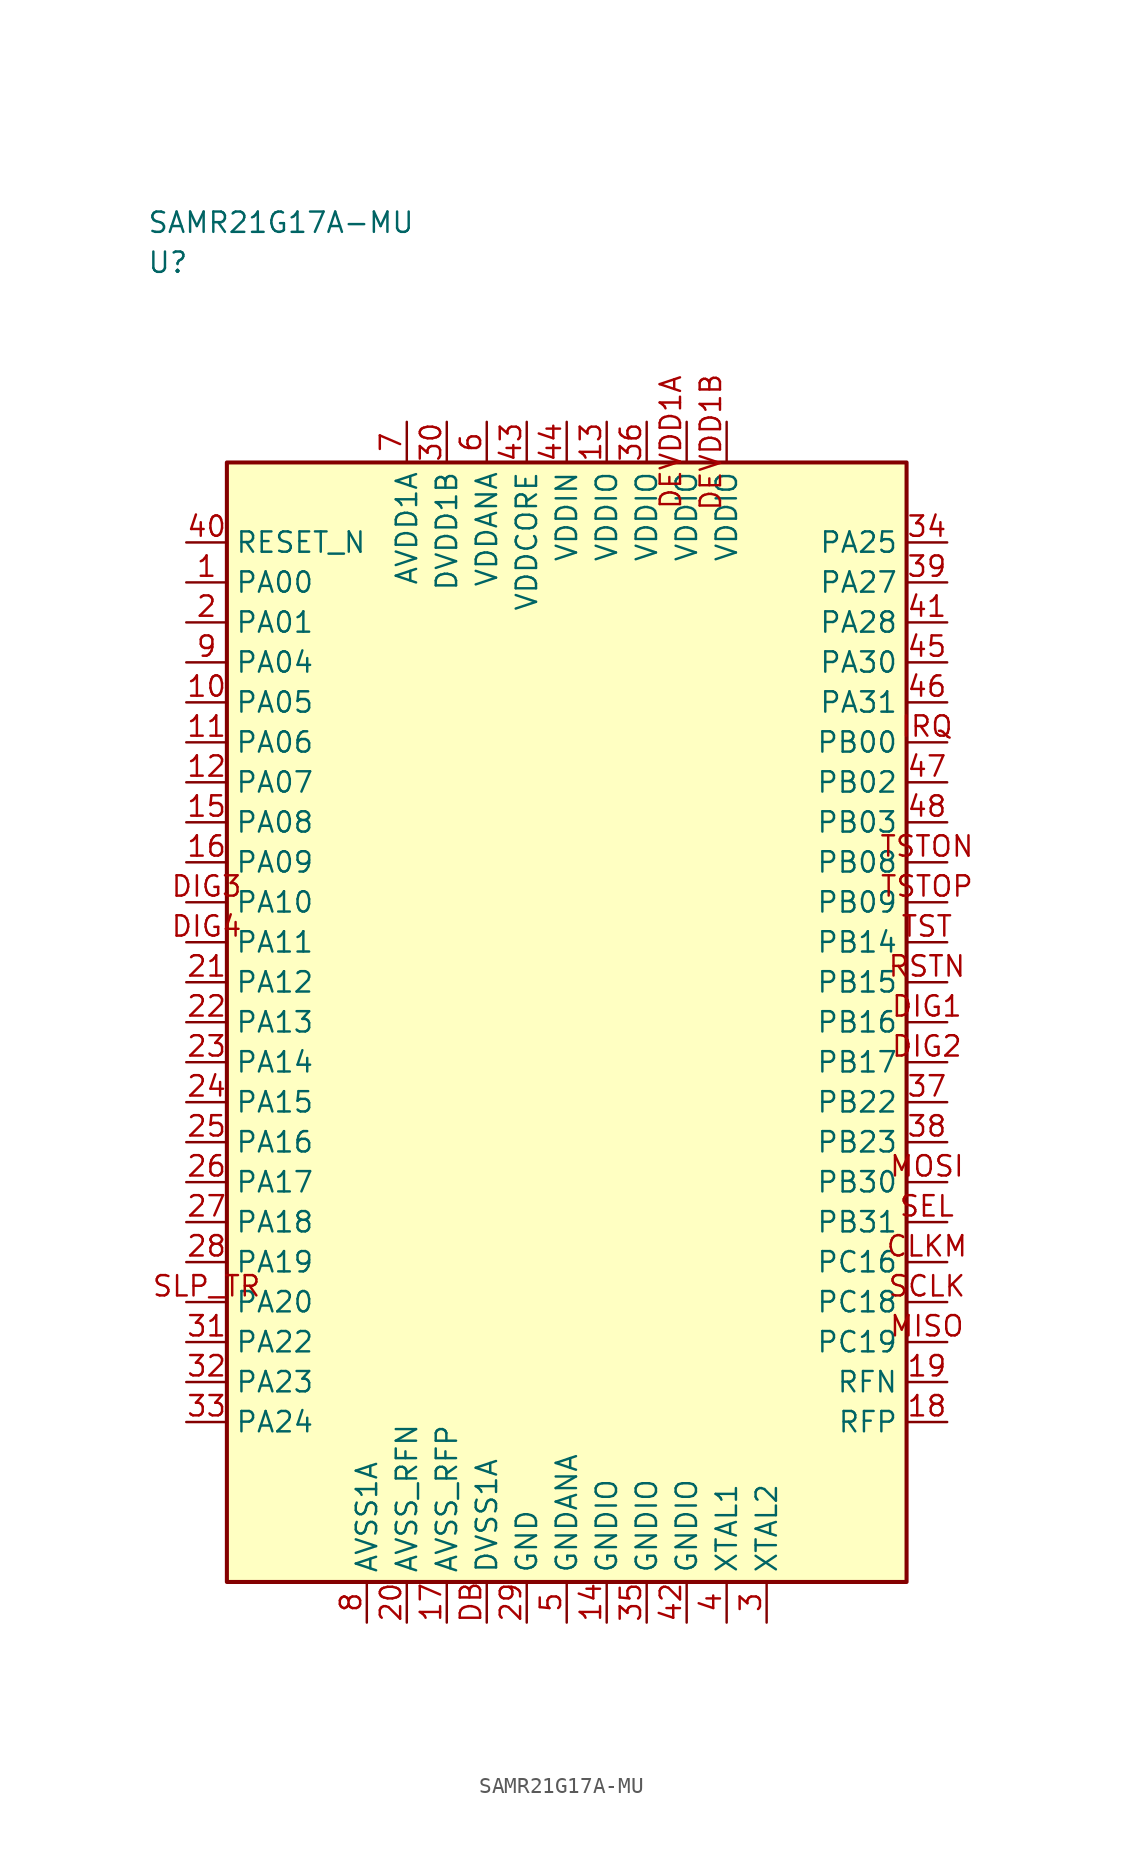
<source format=kicad_sym>
(kicad_symbol_lib
  (version 20241025)
  (generator "kicad_symbol_editor")
  (generator_version "8.0")
  (symbol "SAMR21G17A-MU"
    (property "Reference" "U"
      (at -26.25 47.5 0)
      (effects (font (size 1.27 1.27)) (justify left)))
    (property "Value" "SAMR21G17A-MU"
      (at -26.25 50.0 0)
      (effects (font (size 1.27 1.27)) (justify left)))
    (symbol "SAMR21G17A-MU_0_1"
      (rectangle (start -21.25 35.0) (end 21.25 -35.0) (stroke (width 0.254) (type default)) (fill (type background))))
    (symbol "SAMR21G17A-MU_1_1"
      (pin bidirectional line (at -23.79 27.5 0.0) (length 2.54) (name "PA00" (effects (font (size 1.27 1.27)))) (number "1" (effects (font (size 1.27 1.27)))))
      (pin bidirectional line (at -23.79 25.0 0.0) (length 2.54) (name "PA01" (effects (font (size 1.27 1.27)))) (number "2" (effects (font (size 1.27 1.27)))))
      (pin passive line (at 12.5 -37.54 90.0) (length 2.54) (name "XTAL2" (effects (font (size 1.27 1.27)))) (number "3" (effects (font (size 1.27 1.27)))))
      (pin passive line (at 10.0 -37.54 90.0) (length 2.54) (name "XTAL1" (effects (font (size 1.27 1.27)))) (number "4" (effects (font (size 1.27 1.27)))))
      (pin passive line (at 0.0 -37.54 90.0) (length 2.54) (name "GNDANA" (effects (font (size 1.27 1.27)))) (number "5" (effects (font (size 1.27 1.27)))))
      (pin power_in line (at -5.0 37.54 270.0) (length 2.54) (name "VDDANA" (effects (font (size 1.27 1.27)))) (number "6" (effects (font (size 1.27 1.27)))))
      (pin power_in line (at -10.0 37.54 270.0) (length 2.54) (name "AVDD1A" (effects (font (size 1.27 1.27)))) (number "7" (effects (font (size 1.27 1.27)))))
      (pin passive line (at -12.5 -37.54 90.0) (length 2.54) (name "AVSS1A" (effects (font (size 1.27 1.27)))) (number "8" (effects (font (size 1.27 1.27)))))
      (pin bidirectional line (at -23.79 22.5 0.0) (length 2.54) (name "PA04" (effects (font (size 1.27 1.27)))) (number "9" (effects (font (size 1.27 1.27)))))
      (pin bidirectional line (at -23.79 20.0 0.0) (length 2.54) (name "PA05" (effects (font (size 1.27 1.27)))) (number "10" (effects (font (size 1.27 1.27)))))
      (pin bidirectional line (at -23.79 17.5 0.0) (length 2.54) (name "PA06" (effects (font (size 1.27 1.27)))) (number "11" (effects (font (size 1.27 1.27)))))
      (pin bidirectional line (at -23.79 15.0 0.0) (length 2.54) (name "PA07" (effects (font (size 1.27 1.27)))) (number "12" (effects (font (size 1.27 1.27)))))
      (pin power_in line (at 2.5 37.54 270.0) (length 2.54) (name "VDDIO" (effects (font (size 1.27 1.27)))) (number "13" (effects (font (size 1.27 1.27)))))
      (pin passive line (at 2.5 -37.54 90.0) (length 2.54) (name "GNDIO" (effects (font (size 1.27 1.27)))) (number "14" (effects (font (size 1.27 1.27)))))
      (pin bidirectional line (at -23.79 12.5 0.0) (length 2.54) (name "PA08" (effects (font (size 1.27 1.27)))) (number "15" (effects (font (size 1.27 1.27)))))
      (pin bidirectional line (at -23.79 10.0 0.0) (length 2.54) (name "PA09" (effects (font (size 1.27 1.27)))) (number "16" (effects (font (size 1.27 1.27)))))
      (pin passive line (at -7.5 -37.54 90.0) (length 2.54) (name "AVSS_RFP" (effects (font (size 1.27 1.27)))) (number "17" (effects (font (size 1.27 1.27)))))
      (pin bidirectional line (at 23.79 -25.0 180.0) (length 2.54) (name "RFP" (effects (font (size 1.27 1.27)))) (number "18" (effects (font (size 1.27 1.27)))))
      (pin bidirectional line (at 23.79 -22.5 180.0) (length 2.54) (name "RFN" (effects (font (size 1.27 1.27)))) (number "19" (effects (font (size 1.27 1.27)))))
      (pin passive line (at -10.0 -37.54 90.0) (length 2.54) (name "AVSS_RFN" (effects (font (size 1.27 1.27)))) (number "20" (effects (font (size 1.27 1.27)))))
      (pin bidirectional line (at -23.79 2.5 0.0) (length 2.54) (name "PA12" (effects (font (size 1.27 1.27)))) (number "21" (effects (font (size 1.27 1.27)))))
      (pin bidirectional line (at -23.79 0.0 0.0) (length 2.54) (name "PA13" (effects (font (size 1.27 1.27)))) (number "22" (effects (font (size 1.27 1.27)))))
      (pin bidirectional line (at -23.79 -2.5 0.0) (length 2.54) (name "PA14" (effects (font (size 1.27 1.27)))) (number "23" (effects (font (size 1.27 1.27)))))
      (pin bidirectional line (at -23.79 -5.0 0.0) (length 2.54) (name "PA15" (effects (font (size 1.27 1.27)))) (number "24" (effects (font (size 1.27 1.27)))))
      (pin bidirectional line (at -23.79 -7.5 0.0) (length 2.54) (name "PA16" (effects (font (size 1.27 1.27)))) (number "25" (effects (font (size 1.27 1.27)))))
      (pin bidirectional line (at -23.79 -10.0 0.0) (length 2.54) (name "PA17" (effects (font (size 1.27 1.27)))) (number "26" (effects (font (size 1.27 1.27)))))
      (pin bidirectional line (at -23.79 -12.5 0.0) (length 2.54) (name "PA18" (effects (font (size 1.27 1.27)))) (number "27" (effects (font (size 1.27 1.27)))))
      (pin bidirectional line (at -23.79 -15.0 0.0) (length 2.54) (name "PA19" (effects (font (size 1.27 1.27)))) (number "28" (effects (font (size 1.27 1.27)))))
      (pin passive line (at -2.5 -37.54 90.0) (length 2.54) (name "GND" (effects (font (size 1.27 1.27)))) (number "29" (effects (font (size 1.27 1.27)))))
      (pin power_in line (at -7.5 37.54 270.0) (length 2.54) (name "DVDD1B" (effects (font (size 1.27 1.27)))) (number "30" (effects (font (size 1.27 1.27)))))
      (pin bidirectional line (at -23.79 -20.0 0.0) (length 2.54) (name "PA22" (effects (font (size 1.27 1.27)))) (number "31" (effects (font (size 1.27 1.27)))))
      (pin bidirectional line (at -23.79 -22.5 0.0) (length 2.54) (name "PA23" (effects (font (size 1.27 1.27)))) (number "32" (effects (font (size 1.27 1.27)))))
      (pin bidirectional line (at -23.79 -25.0 0.0) (length 2.54) (name "PA24" (effects (font (size 1.27 1.27)))) (number "33" (effects (font (size 1.27 1.27)))))
      (pin bidirectional line (at 23.79 30.0 180.0) (length 2.54) (name "PA25" (effects (font (size 1.27 1.27)))) (number "34" (effects (font (size 1.27 1.27)))))
      (pin passive line (at 5.0 -37.54 90.0) (length 2.54) (name "GNDIO" (effects (font (size 1.27 1.27)))) (number "35" (effects (font (size 1.27 1.27)))))
      (pin power_in line (at 5.0 37.54 270.0) (length 2.54) (name "VDDIO" (effects (font (size 1.27 1.27)))) (number "36" (effects (font (size 1.27 1.27)))))
      (pin bidirectional line (at 23.79 -5.0 180.0) (length 2.54) (name "PB22" (effects (font (size 1.27 1.27)))) (number "37" (effects (font (size 1.27 1.27)))))
      (pin bidirectional line (at 23.79 -7.5 180.0) (length 2.54) (name "PB23" (effects (font (size 1.27 1.27)))) (number "38" (effects (font (size 1.27 1.27)))))
      (pin bidirectional line (at 23.79 27.5 180.0) (length 2.54) (name "PA27" (effects (font (size 1.27 1.27)))) (number "39" (effects (font (size 1.27 1.27)))))
      (pin input line (at -23.79 30.0 0.0) (length 2.54) (name "RESET_N" (effects (font (size 1.27 1.27)))) (number "40" (effects (font (size 1.27 1.27)))))
      (pin bidirectional line (at 23.79 25.0 180.0) (length 2.54) (name "PA28" (effects (font (size 1.27 1.27)))) (number "41" (effects (font (size 1.27 1.27)))))
      (pin passive line (at 7.5 -37.54 90.0) (length 2.54) (name "GNDIO" (effects (font (size 1.27 1.27)))) (number "42" (effects (font (size 1.27 1.27)))))
      (pin power_in line (at -2.5 37.54 270.0) (length 2.54) (name "VDDCORE" (effects (font (size 1.27 1.27)))) (number "43" (effects (font (size 1.27 1.27)))))
      (pin power_in line (at 0.0 37.54 270.0) (length 2.54) (name "VDDIN" (effects (font (size 1.27 1.27)))) (number "44" (effects (font (size 1.27 1.27)))))
      (pin bidirectional line (at 23.79 22.5 180.0) (length 2.54) (name "PA30" (effects (font (size 1.27 1.27)))) (number "45" (effects (font (size 1.27 1.27)))))
      (pin bidirectional line (at 23.79 20.0 180.0) (length 2.54) (name "PA31" (effects (font (size 1.27 1.27)))) (number "46" (effects (font (size 1.27 1.27)))))
      (pin bidirectional line (at 23.79 15.0 180.0) (length 2.54) (name "PB02" (effects (font (size 1.27 1.27)))) (number "47" (effects (font (size 1.27 1.27)))))
      (pin bidirectional line (at 23.79 12.5 180.0) (length 2.54) (name "PB03" (effects (font (size 1.27 1.27)))) (number "48" (effects (font (size 1.27 1.27)))))
      (pin bidirectional line (at 23.79 -15.0 180.0) (length 2.54) (name "PC16" (effects (font (size 1.27 1.27)))) (number "CLKM" (effects (font (size 1.27 1.27)))))
      (pin passive line (at -5.0 -37.54 90.0) (length 2.54) (name "DVSS1A" (effects (font (size 1.27 1.27)))) (number "DB" (effects (font (size 1.27 1.27)))))
      (pin power_in line (at 7.5 37.54 270.0) (length 2.54) (name "VDDIO" (effects (font (size 1.27 1.27)))) (number "DEVDD1A" (effects (font (size 1.27 1.27)))))
      (pin power_in line (at 10.0 37.54 270.0) (length 2.54) (name "VDDIO" (effects (font (size 1.27 1.27)))) (number "DEVDD1B" (effects (font (size 1.27 1.27)))))
      (pin bidirectional line (at 23.79 0.0 180.0) (length 2.54) (name "PB16" (effects (font (size 1.27 1.27)))) (number "DIG1" (effects (font (size 1.27 1.27)))))
      (pin bidirectional line (at 23.79 -2.5 180.0) (length 2.54) (name "PB17" (effects (font (size 1.27 1.27)))) (number "DIG2" (effects (font (size 1.27 1.27)))))
      (pin bidirectional line (at -23.79 7.5 0.0) (length 2.54) (name "PA10" (effects (font (size 1.27 1.27)))) (number "DIG3" (effects (font (size 1.27 1.27)))))
      (pin bidirectional line (at -23.79 5.0 0.0) (length 2.54) (name "PA11" (effects (font (size 1.27 1.27)))) (number "DIG4" (effects (font (size 1.27 1.27)))))
      (pin bidirectional line (at 23.79 17.5 180.0) (length 2.54) (name "PB00" (effects (font (size 1.27 1.27)))) (number "IRQ" (effects (font (size 1.27 1.27)))))
      (pin bidirectional line (at 23.79 -20.0 180.0) (length 2.54) (name "PC19" (effects (font (size 1.27 1.27)))) (number "MISO" (effects (font (size 1.27 1.27)))))
      (pin bidirectional line (at 23.79 -10.0 180.0) (length 2.54) (name "PB30" (effects (font (size 1.27 1.27)))) (number "MOSI" (effects (font (size 1.27 1.27)))))
      (pin bidirectional line (at 23.79 2.5 180.0) (length 2.54) (name "PB15" (effects (font (size 1.27 1.27)))) (number "RSTN" (effects (font (size 1.27 1.27)))))
      (pin bidirectional line (at 23.79 -17.5 180.0) (length 2.54) (name "PC18" (effects (font (size 1.27 1.27)))) (number "SCLK" (effects (font (size 1.27 1.27)))))
      (pin bidirectional line (at 23.79 -12.5 180.0) (length 2.54) (name "PB31" (effects (font (size 1.27 1.27)))) (number "SEL" (effects (font (size 1.27 1.27)))))
      (pin bidirectional line (at -23.79 -17.5 0.0) (length 2.54) (name "PA20" (effects (font (size 1.27 1.27)))) (number "SLP_TR" (effects (font (size 1.27 1.27)))))
      (pin bidirectional line (at 23.79 5.0 180.0) (length 2.54) (name "PB14" (effects (font (size 1.27 1.27)))) (number "TST" (effects (font (size 1.27 1.27)))))
      (pin bidirectional line (at 23.79 10.0 180.0) (length 2.54) (name "PB08" (effects (font (size 1.27 1.27)))) (number "TSTON" (effects (font (size 1.27 1.27)))))
      (pin bidirectional line (at 23.79 7.5 180.0) (length 2.54) (name "PB09" (effects (font (size 1.27 1.27)))) (number "TSTOP" (effects (font (size 1.27 1.27))))))))
</source>
